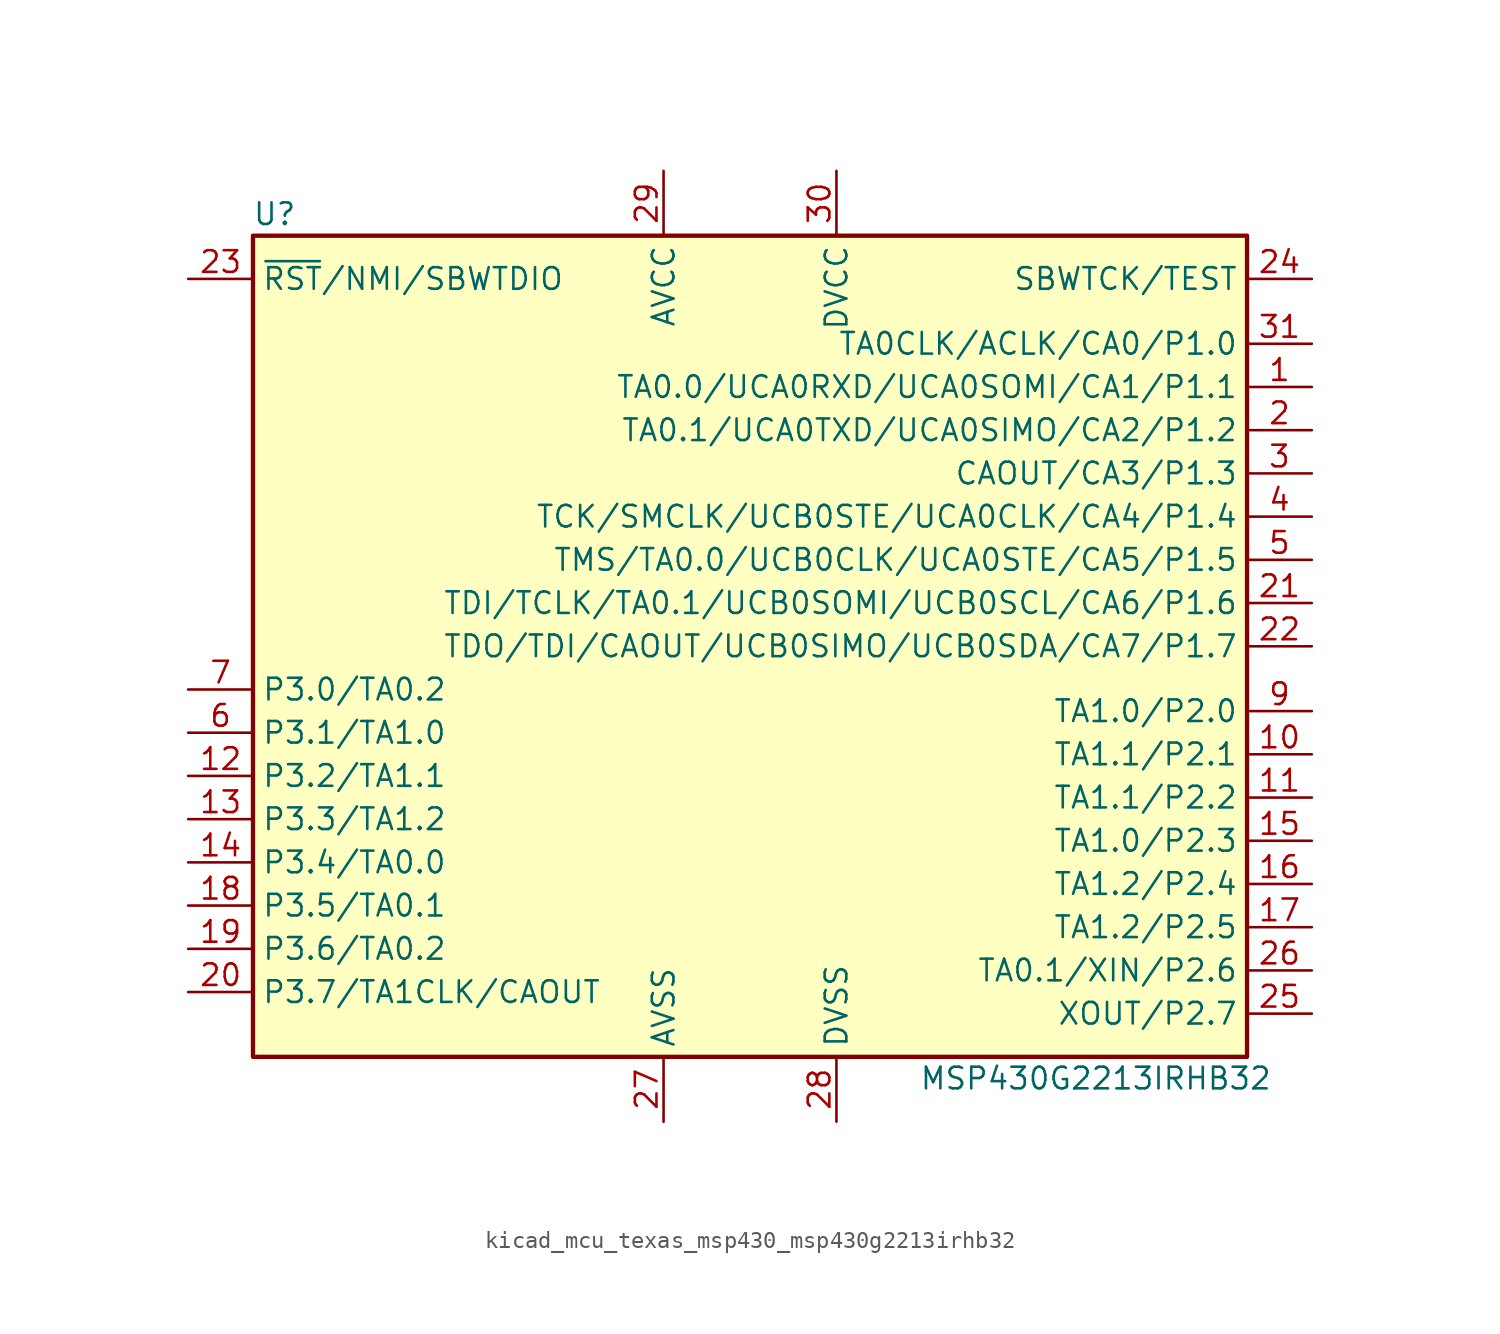
<source format=kicad_sym>
(kicad_symbol_lib
  (version 20220914)
  (generator kicad_symbol_editor)
  (symbol "kicad_mcu_texas_msp430_msp430g2213irhb32"
    (property "Reference" "U"
      (at -27.94 25.4 0)
      (effects (font (size 1.27 1.27))))
    (property "Value" "MSP430G2213IRHB32"
      (at 20.32 -25.4 0)
      (effects (font (size 1.27 1.27))))
    (symbol "kicad_mcu_texas_msp430_msp430g2213irhb32_0_1"
      (rectangle (start -29.21 24.13) (end 29.21 -24.13) (stroke (width 0.254) (type default)) (fill (type background))))
    (symbol "kicad_mcu_texas_msp430_msp430g2213irhb32_1_1"
      (pin bidirectional line (at 33.02 15.24 180) (length 3.81) (name "TA0.0/UCA0RXD/UCA0SOMI/CA1/P1.1" (effects (font (size 1.27 1.27)))) (number "1" (effects (font (size 1.27 1.27)))))
      (pin bidirectional line (at 33.02 -6.35 180) (length 3.81) (name "TA1.1/P2.1" (effects (font (size 1.27 1.27)))) (number "10" (effects (font (size 1.27 1.27)))))
      (pin bidirectional line (at 33.02 -8.89 180) (length 3.81) (name "TA1.1/P2.2" (effects (font (size 1.27 1.27)))) (number "11" (effects (font (size 1.27 1.27)))))
      (pin bidirectional line (at -33.02 -7.62 0) (length 3.81) (name "P3.2/TA1.1" (effects (font (size 1.27 1.27)))) (number "12" (effects (font (size 1.27 1.27)))))
      (pin bidirectional line (at -33.02 -10.16 0) (length 3.81) (name "P3.3/TA1.2" (effects (font (size 1.27 1.27)))) (number "13" (effects (font (size 1.27 1.27)))))
      (pin bidirectional line (at -33.02 -12.7 0) (length 3.81) (name "P3.4/TA0.0" (effects (font (size 1.27 1.27)))) (number "14" (effects (font (size 1.27 1.27)))))
      (pin bidirectional line (at 33.02 -11.43 180) (length 3.81) (name "TA1.0/P2.3" (effects (font (size 1.27 1.27)))) (number "15" (effects (font (size 1.27 1.27)))))
      (pin bidirectional line (at 33.02 -13.97 180) (length 3.81) (name "TA1.2/P2.4" (effects (font (size 1.27 1.27)))) (number "16" (effects (font (size 1.27 1.27)))))
      (pin bidirectional line (at 33.02 -16.51 180) (length 3.81) (name "TA1.2/P2.5" (effects (font (size 1.27 1.27)))) (number "17" (effects (font (size 1.27 1.27)))))
      (pin bidirectional line (at -33.02 -15.24 0) (length 3.81) (name "P3.5/TA0.1" (effects (font (size 1.27 1.27)))) (number "18" (effects (font (size 1.27 1.27)))))
      (pin bidirectional line (at -33.02 -17.78 0) (length 3.81) (name "P3.6/TA0.2" (effects (font (size 1.27 1.27)))) (number "19" (effects (font (size 1.27 1.27)))))
      (pin bidirectional line (at 33.02 12.7 180) (length 3.81) (name "TA0.1/UCA0TXD/UCA0SIMO/CA2/P1.2" (effects (font (size 1.27 1.27)))) (number "2" (effects (font (size 1.27 1.27)))))
      (pin bidirectional line (at -33.02 -20.32 0) (length 3.81) (name "P3.7/TA1CLK/CAOUT" (effects (font (size 1.27 1.27)))) (number "20" (effects (font (size 1.27 1.27)))))
      (pin bidirectional line (at 33.02 2.54 180) (length 3.81) (name "TDI/TCLK/TA0.1/UCB0SOMI/UCB0SCL/CA6/P1.6" (effects (font (size 1.27 1.27)))) (number "21" (effects (font (size 1.27 1.27)))))
      (pin bidirectional line (at 33.02 0 180) (length 3.81) (name "TDO/TDI/CAOUT/UCB0SIMO/UCB0SDA/CA7/P1.7" (effects (font (size 1.27 1.27)))) (number "22" (effects (font (size 1.27 1.27)))))
      (pin input line (at -33.02 21.59 0) (length 3.81) (name "~{RST}/NMI/SBWTDIO" (effects (font (size 1.27 1.27)))) (number "23" (effects (font (size 1.27 1.27)))))
      (pin input line (at 33.02 21.59 180) (length 3.81) (name "SBWTCK/TEST" (effects (font (size 1.27 1.27)))) (number "24" (effects (font (size 1.27 1.27)))))
      (pin bidirectional line (at 33.02 -21.59 180) (length 3.81) (name "XOUT/P2.7" (effects (font (size 1.27 1.27)))) (number "25" (effects (font (size 1.27 1.27)))))
      (pin bidirectional line (at 33.02 -19.05 180) (length 3.81) (name "TA0.1/XIN/P2.6" (effects (font (size 1.27 1.27)))) (number "26" (effects (font (size 1.27 1.27)))))
      (pin power_in line (at -5.08 -27.94 90) (length 3.81) (name "AVSS" (effects (font (size 1.27 1.27)))) (number "27" (effects (font (size 1.27 1.27)))))
      (pin power_in line (at 5.08 -27.94 90) (length 3.81) (name "DVSS" (effects (font (size 1.27 1.27)))) (number "28" (effects (font (size 1.27 1.27)))))
      (pin power_in line (at -5.08 27.94 270) (length 3.81) (name "AVCC" (effects (font (size 1.27 1.27)))) (number "29" (effects (font (size 1.27 1.27)))))
      (pin bidirectional line (at 33.02 10.16 180) (length 3.81) (name "CAOUT/CA3/P1.3" (effects (font (size 1.27 1.27)))) (number "3" (effects (font (size 1.27 1.27)))))
      (pin power_in line (at 5.08 27.94 270) (length 3.81) (name "DVCC" (effects (font (size 1.27 1.27)))) (number "30" (effects (font (size 1.27 1.27)))))
      (pin bidirectional line (at 33.02 17.78 180) (length 3.81) (name "TA0CLK/ACLK/CA0/P1.0" (effects (font (size 1.27 1.27)))) (number "31" (effects (font (size 1.27 1.27)))))
      (pin bidirectional line (at 33.02 7.62 180) (length 3.81) (name "TCK/SMCLK/UCB0STE/UCA0CLK/CA4/P1.4" (effects (font (size 1.27 1.27)))) (number "4" (effects (font (size 1.27 1.27)))))
      (pin bidirectional line (at 33.02 5.08 180) (length 3.81) (name "TMS/TA0.0/UCB0CLK/UCA0STE/CA5/P1.5" (effects (font (size 1.27 1.27)))) (number "5" (effects (font (size 1.27 1.27)))))
      (pin bidirectional line (at -33.02 -5.08 0) (length 3.81) (name "P3.1/TA1.0" (effects (font (size 1.27 1.27)))) (number "6" (effects (font (size 1.27 1.27)))))
      (pin bidirectional line (at -33.02 -2.54 0) (length 3.81) (name "P3.0/TA0.2" (effects (font (size 1.27 1.27)))) (number "7" (effects (font (size 1.27 1.27)))))
      (pin bidirectional line (at 33.02 -3.81 180) (length 3.81) (name "TA1.0/P2.0" (effects (font (size 1.27 1.27)))) (number "9" (effects (font (size 1.27 1.27))))))))
</source>
